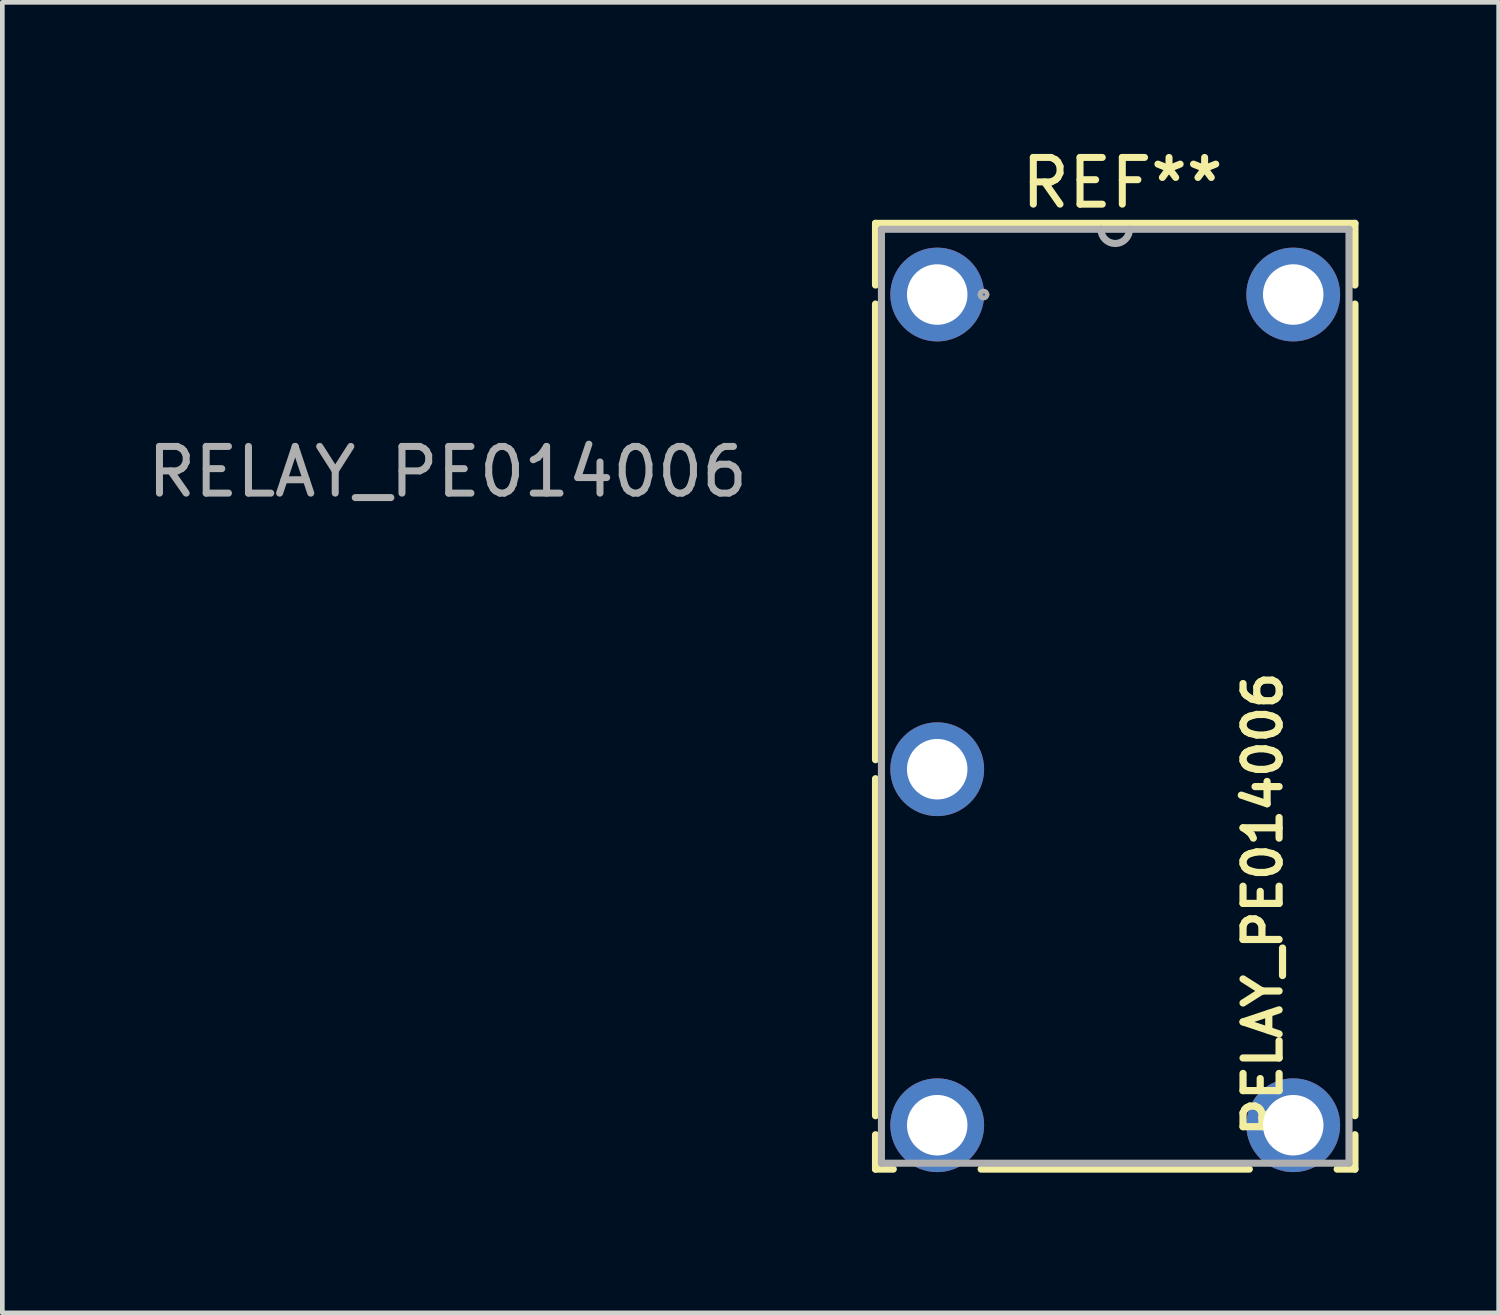
<source format=kicad_pcb>
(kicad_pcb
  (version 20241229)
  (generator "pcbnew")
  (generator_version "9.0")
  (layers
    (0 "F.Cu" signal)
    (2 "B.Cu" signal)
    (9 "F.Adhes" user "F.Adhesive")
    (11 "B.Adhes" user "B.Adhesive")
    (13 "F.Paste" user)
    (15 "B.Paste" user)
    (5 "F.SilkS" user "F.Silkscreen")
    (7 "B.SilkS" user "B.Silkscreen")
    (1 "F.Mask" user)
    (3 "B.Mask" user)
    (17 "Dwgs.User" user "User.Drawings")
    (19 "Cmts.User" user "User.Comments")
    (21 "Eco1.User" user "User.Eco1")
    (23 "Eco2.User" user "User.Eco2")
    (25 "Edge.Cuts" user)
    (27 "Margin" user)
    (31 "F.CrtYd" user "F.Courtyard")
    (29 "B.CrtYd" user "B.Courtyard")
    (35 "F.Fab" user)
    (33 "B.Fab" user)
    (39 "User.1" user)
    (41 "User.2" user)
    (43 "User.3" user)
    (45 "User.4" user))
  (footprint "RELAY_PE014006"
    (layer "F.Cu")
    (at 24.63 20.45)
    (property "Reference" "RELAY_PE014006" (at -0.2 0.9 90) (layer "F.SilkS") (effects (font (size 0.772 0.772) (thickness 0.154)) (justify left bottom)))
    (attr through_hole)
    (fp_line (start -8.941 -18.72) (end -8.941 -17.399) (stroke (width 0.152) (type solid)) (layer "F.SilkS"))
    (fp_line (start -8.941 -16.993) (end -8.941 -7.239) (stroke (width 0.152) (type solid)) (layer "F.SilkS"))
    (fp_line (start -8.941 -6.833) (end -8.941 0.381) (stroke (width 0.152) (type solid)) (layer "F.SilkS"))
    (fp_line (start -8.941 0.787) (end -8.941 1.524) (stroke (width 0.152) (type solid)) (layer "F.SilkS"))
    (fp_line (start -8.941 1.524) (end -8.56 1.524) (stroke (width 0.152) (type solid)) (layer "F.SilkS"))
    (fp_line (start -6.68 1.524) (end -0.94 1.524) (stroke (width 0.152) (type solid)) (layer "F.SilkS"))
    (fp_line (start 0.94 1.524) (end 1.321 1.524) (stroke (width 0.152) (type solid)) (layer "F.SilkS"))
    (fp_line (start 1.321 -18.72) (end -8.941 -18.72) (stroke (width 0.152) (type solid)) (layer "F.SilkS"))
    (fp_line (start 1.321 -17.399) (end 1.321 -18.72) (stroke (width 0.152) (type solid)) (layer "F.SilkS"))
    (fp_line (start 1.321 0.381) (end 1.321 -16.993) (stroke (width 0.152) (type solid)) (layer "F.SilkS"))
    (fp_line (start 1.321 1.524) (end 1.321 0.787) (stroke (width 0.152) (type solid)) (layer "F.SilkS"))
    (fp_line (start -8.814 -18.593) (end -8.814 1.397) (stroke (width 0.152) (type solid)) (layer "F.Fab"))
    (fp_line (start -8.814 1.397) (end 1.194 1.397) (stroke (width 0.152) (type solid)) (layer "F.Fab"))
    (fp_line (start -4.115 -18.593) (end -8.814 -18.593) (stroke (width 0.152) (type solid)) (layer "F.Fab"))
    (fp_line (start -3.505 -18.593) (end -4.115 -18.593) (stroke (width 0.152) (type solid)) (layer "F.Fab"))
    (fp_line (start 1.194 -18.593) (end -3.505 -18.593) (stroke (width 0.152) (type solid)) (layer "F.Fab"))
    (fp_line (start 1.194 1.397) (end 1.194 -18.593) (stroke (width 0.152) (type solid)) (layer "F.Fab"))
    (fp_arc (start -6.7056 -17.1958) (mid -6.6294 -17.272) (end -6.5532 -17.1958) (stroke (width 0.1) (type solid)) (layer "F.Fab"))
    (fp_arc (start -6.5532 -17.1958) (mid -6.6294 -17.1196) (end -6.7056 -17.1958) (stroke (width 0.1) (type solid)) (layer "F.Fab"))
    (fp_arc (start -3.5052 -18.5928) (mid -3.81 -18.288) (end -4.1148 -18.5928) (stroke (width 0.1524) (type solid)) (layer "F.Fab"))
    (fp_text user "REF**" (at -5.9 -19 0) (layer "F.SilkS") (effects (font (size 1 1) (thickness 0.15)) (justify left bottom)))
    (fp_text user "${REFERENCE}" (at -18.1 -13.4 0) (unlocked yes) (layer "F.Fab") (effects (font (size 1 1) (thickness 0.15))))
    (pad "1" thru_hole circle (at -7.62 -17.196) (size 2.007 2.007) (drill 1.295) (layers "*.Cu" "*.Mask"))
    (pad "5" thru_hole circle (at 0 -17.196) (size 2.007 2.007) (drill 1.295) (layers "*.Cu" "*.Mask"))
    (pad "11" thru_hole circle (at -7.62 -7.036) (size 2.007 2.007) (drill 1.295) (layers "*.Cu" "*.Mask"))
    (pad "12" thru_hole circle (at 0 0.584 180) (size 2.007 2.007) (drill 1.295) (layers "*.Cu" "*.Mask"))
    (pad "14" thru_hole circle (at -7.62 0.584) (size 2.007 2.007) (drill 1.295) (layers "*.Cu" "*.Mask")))
  (gr_rect
    (start -3 -3)
    (end 29.027 25.05)
    (stroke (width 0.1) (type default))
    (fill no)
    (layer "Edge.Cuts")))
</source>
